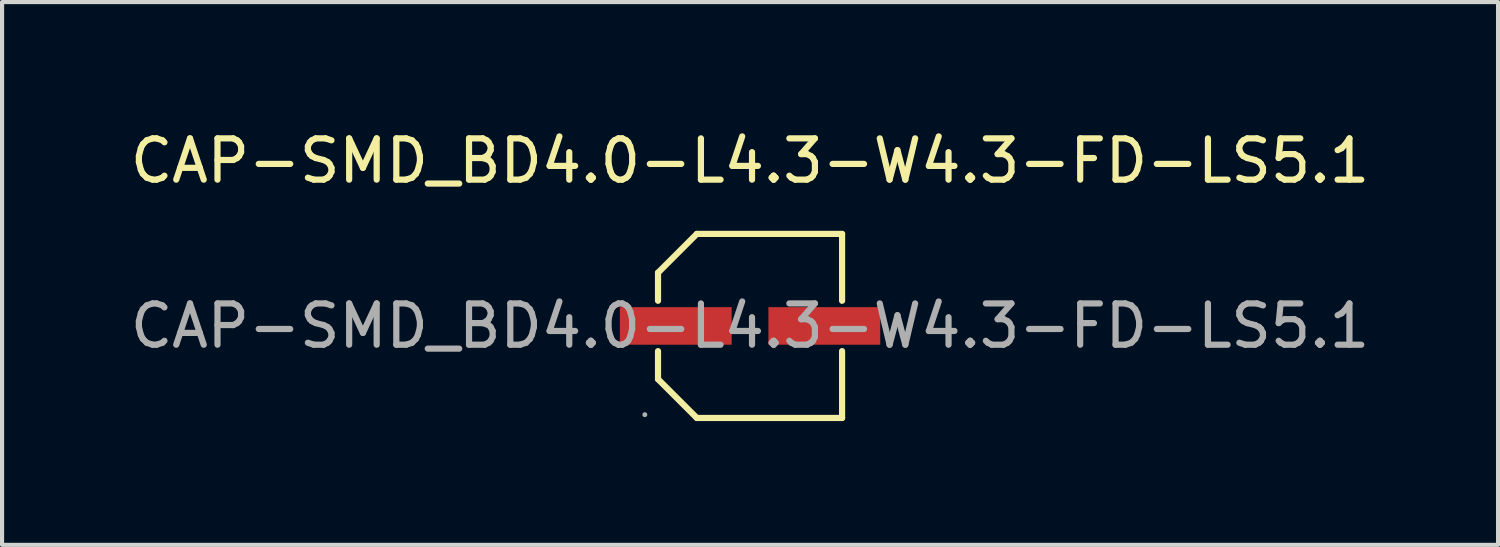
<source format=kicad_pcb>
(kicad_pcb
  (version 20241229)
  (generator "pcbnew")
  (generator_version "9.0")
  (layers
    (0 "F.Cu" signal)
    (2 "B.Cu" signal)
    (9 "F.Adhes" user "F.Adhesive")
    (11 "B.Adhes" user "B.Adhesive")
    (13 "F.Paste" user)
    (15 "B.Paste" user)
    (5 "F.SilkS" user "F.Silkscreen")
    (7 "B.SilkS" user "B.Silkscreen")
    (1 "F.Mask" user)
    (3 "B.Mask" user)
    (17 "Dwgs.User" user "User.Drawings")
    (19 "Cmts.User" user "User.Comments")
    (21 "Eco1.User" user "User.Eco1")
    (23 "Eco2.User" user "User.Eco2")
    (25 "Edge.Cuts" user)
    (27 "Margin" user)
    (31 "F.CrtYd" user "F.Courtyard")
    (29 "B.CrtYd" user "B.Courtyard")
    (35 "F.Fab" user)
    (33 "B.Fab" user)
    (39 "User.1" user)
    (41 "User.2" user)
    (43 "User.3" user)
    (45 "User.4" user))
  (footprint "CAP-SMD_BD4.0-L4.3-W4.3-FD-LS5.1"
    (layer "F.Cu")
    (at 15.125 4.848)
    (property "Reference" "CAP-SMD_BD4.0-L4.3-W4.3-FD-LS5.1" (at 0 -4 0) (layer "F.SilkS") (effects (font (size 1 1) (thickness 0.15))))
    (attr through_hole)
    (fp_line (start -2.23 -1.29) (end -1.29 -2.23) (stroke (width 0.15) (type solid)) (layer "F.SilkS"))
    (fp_line (start -2.23 -0.61) (end -2.23 -1.29) (stroke (width 0.15) (type solid)) (layer "F.SilkS"))
    (fp_line (start -2.23 0.61) (end -2.23 1.29) (stroke (width 0.15) (type solid)) (layer "F.SilkS"))
    (fp_line (start -2.23 1.29) (end -1.29 2.23) (stroke (width 0.15) (type solid)) (layer "F.SilkS"))
    (fp_line (start -1.29 -2.23) (end 2.23 -2.23) (stroke (width 0.15) (type solid)) (layer "F.SilkS"))
    (fp_line (start -1.29 2.23) (end 2.23 2.23) (stroke (width 0.15) (type solid)) (layer "F.SilkS"))
    (fp_line (start 2.23 -2.23) (end 2.23 -0.61) (stroke (width 0.15) (type solid)) (layer "F.SilkS"))
    (fp_line (start 2.23 2.23) (end 2.23 0.61) (stroke (width 0.15) (type solid)) (layer "F.SilkS"))
    (fp_circle (center -2.55 2.15) (end -2.52 2.15) (stroke (width 0.06) (type solid)) (fill no) (layer "F.Fab"))
    (fp_text user "${REFERENCE}" (at 0 0 0) (layer "F.Fab") (effects (font (size 1 1) (thickness 0.15))))
    (pad "1" smd rect (at -1.8 0) (size 2.71 0.91) (layers "F.Cu" "F.Mask" "F.Paste"))
    (pad "2" smd rect (at 1.8 0) (size 2.71 0.91) (layers "F.Cu" "F.Mask" "F.Paste")))
  (gr_rect
    (start -3 -3)
    (end 33.25 10.153)
    (stroke (width 0.1) (type default))
    (fill no)
    (layer "Edge.Cuts")))
</source>
